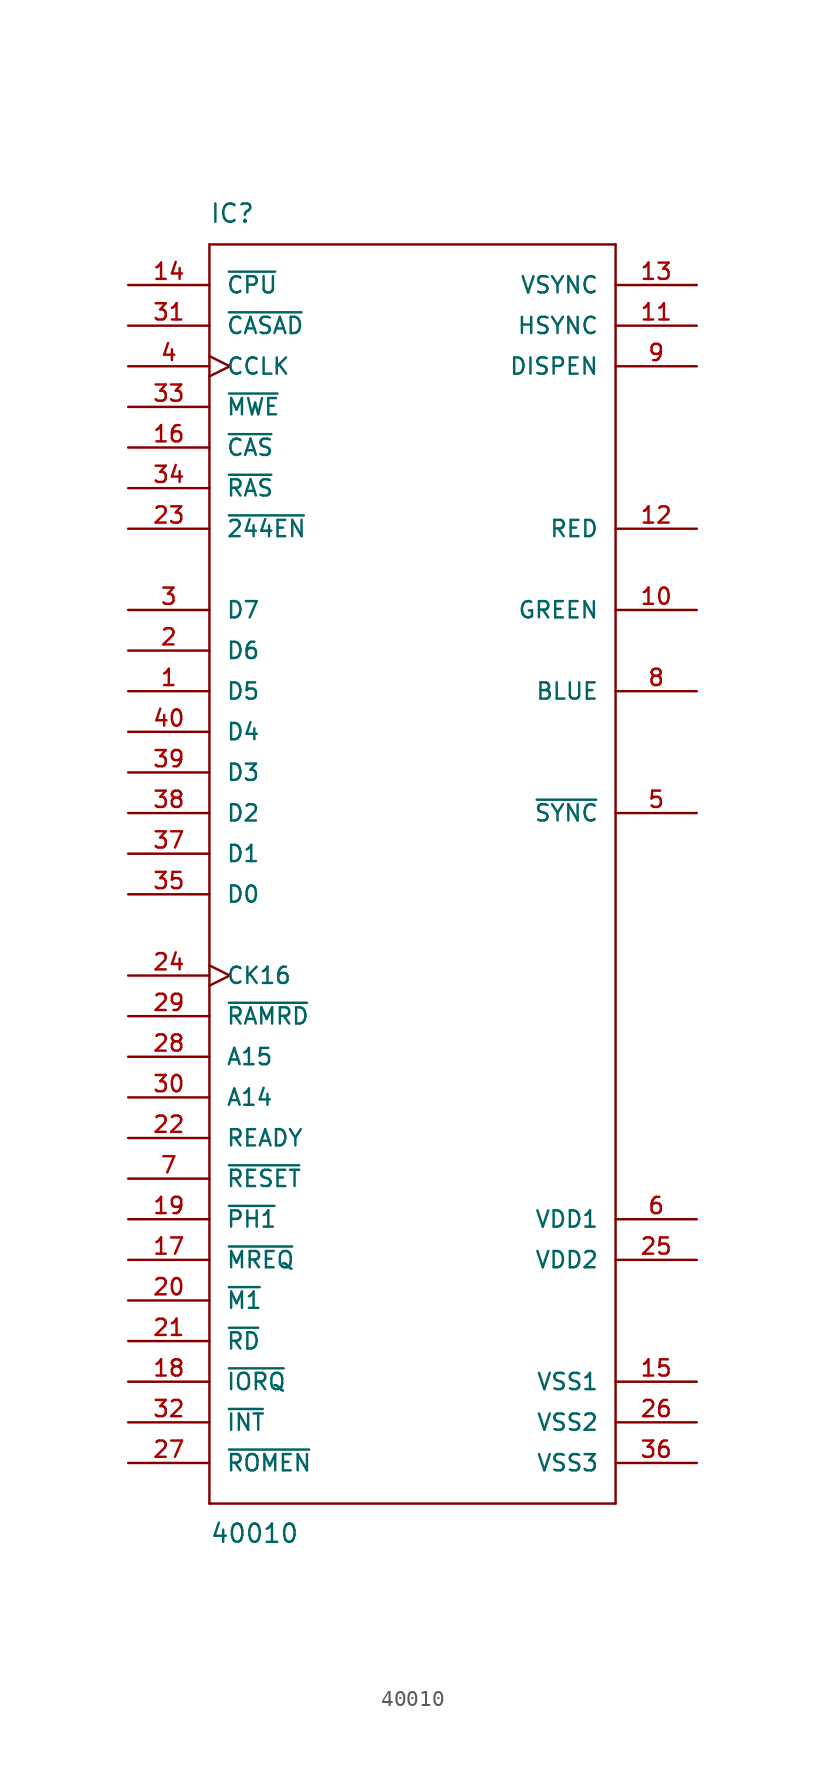
<source format=kicad_sym>
(kicad_symbol_lib
  (version 20231120)
  (generator "kicad_symbol_editor")
  (generator_version "8.0")
  (symbol "40010"
    (pin_names
      (offset 1.016))
    (property "Reference" "IC"
      (at -12.7 41.91 0)
      (effects (font (size 1.143 1.143)) (justify left bottom)))
    (property "Value" "40010"
      (at -12.7 -40.64 0)
      (effects (font (size 1.143 1.143)) (justify left bottom)))
    (property "ki_locked" ""
      (at 0 0 0)
      (effects (font (size 1.27 1.27))))
    (symbol "40010_1_0"
      (polyline (pts (xy -12.7 -38.1) (xy -12.7 40.64)) (stroke (width 0) (type default)) (fill (type none)))
      (polyline (pts (xy -12.7 40.64) (xy 12.7 40.64)) (stroke (width 0) (type default)) (fill (type none)))
      (polyline (pts (xy 12.7 -38.1) (xy -12.7 -38.1)) (stroke (width 0) (type default)) (fill (type none)))
      (polyline (pts (xy 12.7 40.64) (xy 12.7 -38.1)) (stroke (width 0) (type default)) (fill (type none))))
    (symbol "40010_1_1"
      (pin bidirectional line (at -17.78 12.7 0) (length 5.08) (name "D5" (effects (font (size 1.016 1.016)))) (number "1" (effects (font (size 1.016 1.016)))))
      (pin output line (at 17.78 17.78 180) (length 5.08) (name "GREEN" (effects (font (size 1.016 1.016)))) (number "10" (effects (font (size 1.016 1.016)))))
      (pin input line (at 17.78 35.56 180) (length 5.08) (name "HSYNC" (effects (font (size 1.016 1.016)))) (number "11" (effects (font (size 1.016 1.016)))))
      (pin output line (at 17.78 22.86 180) (length 5.08) (name "RED" (effects (font (size 1.016 1.016)))) (number "12" (effects (font (size 1.016 1.016)))))
      (pin input line (at 17.78 38.1 180) (length 5.08) (name "VSYNC" (effects (font (size 1.016 1.016)))) (number "13" (effects (font (size 1.016 1.016)))))
      (pin bidirectional line (at -17.78 38.1 0) (length 5.08) (name "~{CPU}" (effects (font (size 1.016 1.016)))) (number "14" (effects (font (size 1.016 1.016)))))
      (pin power_in line (at 17.78 -30.48 180) (length 5.08) (name "VSS1" (effects (font (size 1.016 1.016)))) (number "15" (effects (font (size 1.016 1.016)))))
      (pin output line (at -17.78 27.94 0) (length 5.08) (name "~{CAS}" (effects (font (size 1.016 1.016)))) (number "16" (effects (font (size 1.016 1.016)))))
      (pin input line (at -17.78 -22.86 0) (length 5.08) (name "~{MREQ}" (effects (font (size 1.016 1.016)))) (number "17" (effects (font (size 1.016 1.016)))))
      (pin input line (at -17.78 -30.48 0) (length 5.08) (name "~{IORQ}" (effects (font (size 1.016 1.016)))) (number "18" (effects (font (size 1.016 1.016)))))
      (pin output line (at -17.78 -20.32 0) (length 5.08) (name "~{PH1}" (effects (font (size 1.016 1.016)))) (number "19" (effects (font (size 1.016 1.016)))))
      (pin bidirectional line (at -17.78 15.24 0) (length 5.08) (name "D6" (effects (font (size 1.016 1.016)))) (number "2" (effects (font (size 1.016 1.016)))))
      (pin input line (at -17.78 -25.4 0) (length 5.08) (name "~{M1}" (effects (font (size 1.016 1.016)))) (number "20" (effects (font (size 1.016 1.016)))))
      (pin input line (at -17.78 -27.94 0) (length 5.08) (name "~{RD}" (effects (font (size 1.016 1.016)))) (number "21" (effects (font (size 1.016 1.016)))))
      (pin output line (at -17.78 -15.24 0) (length 5.08) (name "READY" (effects (font (size 1.016 1.016)))) (number "22" (effects (font (size 1.016 1.016)))))
      (pin output line (at -17.78 22.86 0) (length 5.08) (name "~{244EN}" (effects (font (size 1.016 1.016)))) (number "23" (effects (font (size 1.016 1.016)))))
      (pin input clock (at -17.78 -5.08 0) (length 5.08) (name "CK16" (effects (font (size 1.016 1.016)))) (number "24" (effects (font (size 1.016 1.016)))))
      (pin power_in line (at 17.78 -22.86 180) (length 5.08) (name "VDD2" (effects (font (size 1.016 1.016)))) (number "25" (effects (font (size 1.016 1.016)))))
      (pin power_in line (at 17.78 -33.02 180) (length 5.08) (name "VSS2" (effects (font (size 1.016 1.016)))) (number "26" (effects (font (size 1.016 1.016)))))
      (pin output line (at -17.78 -35.56 0) (length 5.08) (name "~{ROMEN}" (effects (font (size 1.016 1.016)))) (number "27" (effects (font (size 1.016 1.016)))))
      (pin input line (at -17.78 -10.16 0) (length 5.08) (name "A15" (effects (font (size 1.016 1.016)))) (number "28" (effects (font (size 1.016 1.016)))))
      (pin output line (at -17.78 -7.62 0) (length 5.08) (name "~{RAMRD}" (effects (font (size 1.016 1.016)))) (number "29" (effects (font (size 1.016 1.016)))))
      (pin bidirectional line (at -17.78 17.78 0) (length 5.08) (name "D7" (effects (font (size 1.016 1.016)))) (number "3" (effects (font (size 1.016 1.016)))))
      (pin input line (at -17.78 -12.7 0) (length 5.08) (name "A14" (effects (font (size 1.016 1.016)))) (number "30" (effects (font (size 1.016 1.016)))))
      (pin output line (at -17.78 35.56 0) (length 5.08) (name "~{CASAD}" (effects (font (size 1.016 1.016)))) (number "31" (effects (font (size 1.016 1.016)))))
      (pin output line (at -17.78 -33.02 0) (length 5.08) (name "~{INT}" (effects (font (size 1.016 1.016)))) (number "32" (effects (font (size 1.016 1.016)))))
      (pin output line (at -17.78 30.48 0) (length 5.08) (name "~{MWE}" (effects (font (size 1.016 1.016)))) (number "33" (effects (font (size 1.016 1.016)))))
      (pin output line (at -17.78 25.4 0) (length 5.08) (name "~{RAS}" (effects (font (size 1.016 1.016)))) (number "34" (effects (font (size 1.016 1.016)))))
      (pin bidirectional line (at -17.78 0 0) (length 5.08) (name "D0" (effects (font (size 1.016 1.016)))) (number "35" (effects (font (size 1.016 1.016)))))
      (pin power_in line (at 17.78 -35.56 180) (length 5.08) (name "VSS3" (effects (font (size 1.016 1.016)))) (number "36" (effects (font (size 1.016 1.016)))))
      (pin bidirectional line (at -17.78 2.54 0) (length 5.08) (name "D1" (effects (font (size 1.016 1.016)))) (number "37" (effects (font (size 1.016 1.016)))))
      (pin bidirectional line (at -17.78 5.08 0) (length 5.08) (name "D2" (effects (font (size 1.016 1.016)))) (number "38" (effects (font (size 1.016 1.016)))))
      (pin bidirectional line (at -17.78 7.62 0) (length 5.08) (name "D3" (effects (font (size 1.016 1.016)))) (number "39" (effects (font (size 1.016 1.016)))))
      (pin output clock (at -17.78 33.02 0) (length 5.08) (name "CCLK" (effects (font (size 1.016 1.016)))) (number "4" (effects (font (size 1.016 1.016)))))
      (pin bidirectional line (at -17.78 10.16 0) (length 5.08) (name "D4" (effects (font (size 1.016 1.016)))) (number "40" (effects (font (size 1.016 1.016)))))
      (pin output line (at 17.78 5.08 180) (length 5.08) (name "~{SYNC}" (effects (font (size 1.016 1.016)))) (number "5" (effects (font (size 1.016 1.016)))))
      (pin power_in line (at 17.78 -20.32 180) (length 5.08) (name "VDD1" (effects (font (size 1.016 1.016)))) (number "6" (effects (font (size 1.016 1.016)))))
      (pin input line (at -17.78 -17.78 0) (length 5.08) (name "~{RESET}" (effects (font (size 1.016 1.016)))) (number "7" (effects (font (size 1.016 1.016)))))
      (pin output line (at 17.78 12.7 180) (length 5.08) (name "BLUE" (effects (font (size 1.016 1.016)))) (number "8" (effects (font (size 1.016 1.016)))))
      (pin input line (at 17.78 33.02 180) (length 5.08) (name "DISPEN" (effects (font (size 1.016 1.016)))) (number "9" (effects (font (size 1.016 1.016))))))))
</source>
